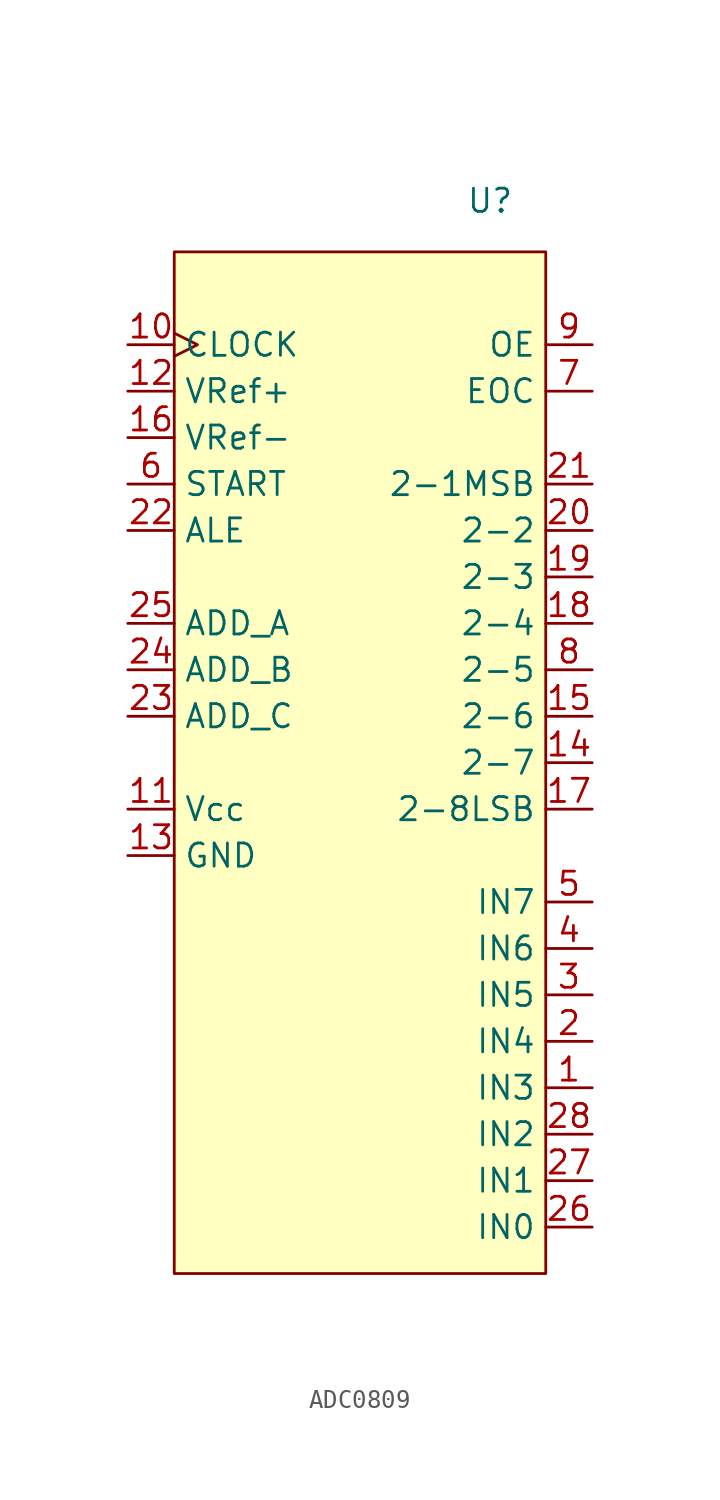
<source format=kicad_sym>
(kicad_symbol_lib
  (version 20241209)
  (generator "kicad_symbol_editor")
  (generator_version "9.0")
  (symbol "ADC0809"
    (property "Reference" "U"
      (at 7.112 30.734 0)
      (effects (font (size 1.27 1.27))))
    (property "Value" ""
      (at 0 0 0)
      (effects (font (size 1.27 1.27))))
    (symbol "ADC0809_0_0"
      (pin input clock (at -12.7 22.86 0) (length 2.54) (name "CLOCK" (effects (font (size 1.27 1.27)))) (number "10" (effects (font (size 1.27 1.27)))))
      (pin power_in line (at -12.7 20.32 0) (length 2.54) (name "VRef+" (effects (font (size 1.27 1.27)))) (number "12" (effects (font (size 1.27 1.27)))))
      (pin power_in line (at -12.7 17.78 0) (length 2.54) (name "VRef-" (effects (font (size 1.27 1.27)))) (number "16" (effects (font (size 1.27 1.27)))))
      (pin input line (at -12.7 15.24 0) (length 2.54) (name "START" (effects (font (size 1.27 1.27)))) (number "6" (effects (font (size 1.27 1.27)))))
      (pin input line (at -12.7 12.7 0) (length 2.54) (name "ALE" (effects (font (size 1.27 1.27)))) (number "22" (effects (font (size 1.27 1.27)))))
      (pin input line (at -12.7 7.62 0) (length 2.54) (name "ADD_A" (effects (font (size 1.27 1.27)))) (number "25" (effects (font (size 1.27 1.27)))))
      (pin input line (at -12.7 5.08 0) (length 2.54) (name "ADD_B" (effects (font (size 1.27 1.27)))) (number "24" (effects (font (size 1.27 1.27)))))
      (pin input line (at -12.7 2.54 0) (length 2.54) (name "ADD_C" (effects (font (size 1.27 1.27)))) (number "23" (effects (font (size 1.27 1.27)))))
      (pin power_in line (at -12.7 -2.54 0) (length 2.54) (name "Vcc" (effects (font (size 1.27 1.27)))) (number "11" (effects (font (size 1.27 1.27)))))
      (pin power_in line (at -12.7 -5.08 0) (length 2.54) (name "GND" (effects (font (size 1.27 1.27)))) (number "13" (effects (font (size 1.27 1.27)))))
      (pin input line (at 12.7 22.86 180) (length 2.54) (name "OE" (effects (font (size 1.27 1.27)))) (number "9" (effects (font (size 1.27 1.27)))))
      (pin output line (at 12.7 20.32 180) (length 2.54) (name "EOC" (effects (font (size 1.27 1.27)))) (number "7" (effects (font (size 1.27 1.27)))))
      (pin output line (at 12.7 15.24 180) (length 2.54) (name "2-1MSB" (effects (font (size 1.27 1.27)))) (number "21" (effects (font (size 1.27 1.27)))))
      (pin output line (at 12.7 12.7 180) (length 2.54) (name "2-2" (effects (font (size 1.27 1.27)))) (number "20" (effects (font (size 1.27 1.27)))))
      (pin output line (at 12.7 10.16 180) (length 2.54) (name "2-3" (effects (font (size 1.27 1.27)))) (number "19" (effects (font (size 1.27 1.27)))))
      (pin output line (at 12.7 7.62 180) (length 2.54) (name "2-4" (effects (font (size 1.27 1.27)))) (number "18" (effects (font (size 1.27 1.27)))))
      (pin input line (at 12.7 5.08 180) (length 2.54) (name "2-5" (effects (font (size 1.27 1.27)))) (number "8" (effects (font (size 1.27 1.27)))))
      (pin output line (at 12.7 2.54 180) (length 2.54) (name "2-6" (effects (font (size 1.27 1.27)))) (number "15" (effects (font (size 1.27 1.27)))))
      (pin output line (at 12.7 0 180) (length 2.54) (name "2-7" (effects (font (size 1.27 1.27)))) (number "14" (effects (font (size 1.27 1.27)))))
      (pin output line (at 12.7 -2.54 180) (length 2.54) (name "2-8LSB" (effects (font (size 1.27 1.27)))) (number "17" (effects (font (size 1.27 1.27)))))
      (pin input line (at 12.7 -7.62 180) (length 2.54) (name "IN7" (effects (font (size 1.27 1.27)))) (number "5" (effects (font (size 1.27 1.27)))))
      (pin input line (at 12.7 -10.16 180) (length 2.54) (name "IN6" (effects (font (size 1.27 1.27)))) (number "4" (effects (font (size 1.27 1.27)))))
      (pin input line (at 12.7 -12.7 180) (length 2.54) (name "IN5" (effects (font (size 1.27 1.27)))) (number "3" (effects (font (size 1.27 1.27)))))
      (pin input line (at 12.7 -15.24 180) (length 2.54) (name "IN4" (effects (font (size 1.27 1.27)))) (number "2" (effects (font (size 1.27 1.27)))))
      (pin input line (at 12.7 -17.78 180) (length 2.54) (name "IN3" (effects (font (size 1.27 1.27)))) (number "1" (effects (font (size 1.27 1.27)))))
      (pin input line (at 12.7 -20.32 180) (length 2.54) (name "IN2" (effects (font (size 1.27 1.27)))) (number "28" (effects (font (size 1.27 1.27)))))
      (pin input line (at 12.7 -22.86 180) (length 2.54) (name "IN1" (effects (font (size 1.27 1.27)))) (number "27" (effects (font (size 1.27 1.27)))))
      (pin input line (at 12.7 -25.4 180) (length 2.54) (name "IN0" (effects (font (size 1.27 1.27)))) (number "26" (effects (font (size 1.27 1.27))))))
    (symbol "ADC0809_1_1"
      (rectangle (start -10.16 27.94) (end 10.16 -27.94) (stroke (width 0) (type solid)) (fill (type background))))))
</source>
